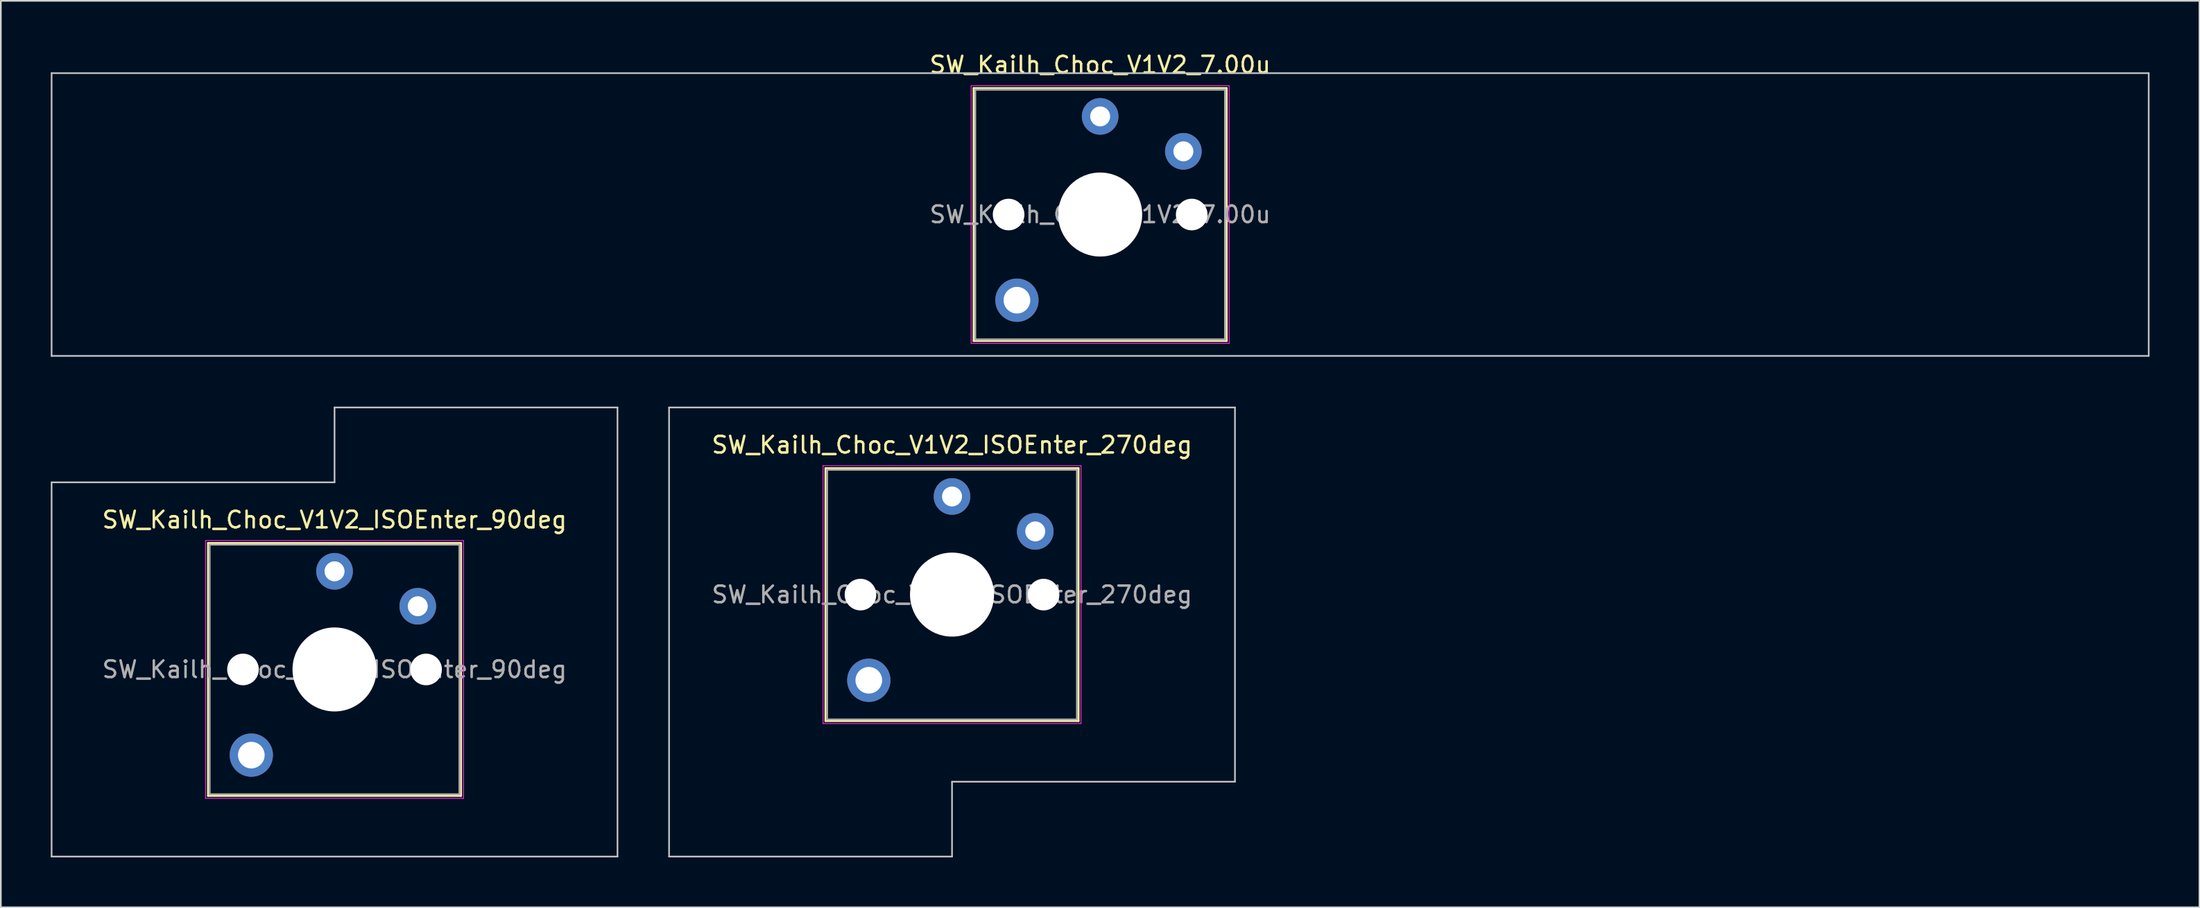
<source format=kicad_pcb>
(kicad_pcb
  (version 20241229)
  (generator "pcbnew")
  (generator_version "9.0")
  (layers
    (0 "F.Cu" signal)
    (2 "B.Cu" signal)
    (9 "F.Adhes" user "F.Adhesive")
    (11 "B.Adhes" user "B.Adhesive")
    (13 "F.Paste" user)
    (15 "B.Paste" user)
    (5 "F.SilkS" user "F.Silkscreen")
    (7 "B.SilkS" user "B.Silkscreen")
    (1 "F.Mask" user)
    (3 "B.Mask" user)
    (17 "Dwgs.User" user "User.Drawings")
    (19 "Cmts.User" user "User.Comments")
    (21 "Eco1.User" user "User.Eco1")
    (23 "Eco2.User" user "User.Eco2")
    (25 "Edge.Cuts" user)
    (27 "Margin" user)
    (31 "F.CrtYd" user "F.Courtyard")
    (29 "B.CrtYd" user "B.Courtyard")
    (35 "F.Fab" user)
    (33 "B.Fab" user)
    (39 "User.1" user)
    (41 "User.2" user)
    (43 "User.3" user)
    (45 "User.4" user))
  (footprint "SW_Kailh_Choc_V1V2_ISOEnter_90deg"
    (layer "F.Cu")
    (at 17.05 37.198)
    (property "Reference" "SW_Kailh_Choc_V1V2_ISOEnter_90deg" (at 0 -9 0) (layer "F.SilkS") (effects (font (size 1 1) (thickness 0.15))))
    (attr through_hole)
    (fp_line (start -7.6 -7.6) (end -7.6 7.6) (stroke (width 0.12) (type solid)) (layer "F.SilkS"))
    (fp_line (start -7.6 7.6) (end 7.6 7.6) (stroke (width 0.12) (type solid)) (layer "F.SilkS"))
    (fp_line (start 7.6 -7.6) (end -7.6 -7.6) (stroke (width 0.12) (type solid)) (layer "F.SilkS"))
    (fp_line (start 7.6 7.6) (end 7.6 -7.6) (stroke (width 0.12) (type solid)) (layer "F.SilkS"))
    (fp_line (start -17 -11.25) (end -17 11.25) (stroke (width 0.1) (type solid)) (layer "Dwgs.User"))
    (fp_line (start -17 11.25) (end 17 11.25) (stroke (width 0.1) (type solid)) (layer "Dwgs.User"))
    (fp_line (start 0 -15.75) (end 0 -11.25) (stroke (width 0.1) (type solid)) (layer "Dwgs.User"))
    (fp_line (start 0 -11.25) (end -17 -11.25) (stroke (width 0.1) (type solid)) (layer "Dwgs.User"))
    (fp_line (start 17 -15.75) (end 0 -15.75) (stroke (width 0.1) (type solid)) (layer "Dwgs.User"))
    (fp_line (start 17 11.25) (end 17 -15.75) (stroke (width 0.1) (type solid)) (layer "Dwgs.User"))
    (fp_line (start -7.25 -7.25) (end -7.25 7.25) (stroke (width 0.1) (type solid)) (layer "Eco1.User"))
    (fp_line (start -7.25 7.25) (end 7.25 7.25) (stroke (width 0.1) (type solid)) (layer "Eco1.User"))
    (fp_line (start 7.25 -7.25) (end -7.25 -7.25) (stroke (width 0.1) (type solid)) (layer "Eco1.User"))
    (fp_line (start 7.25 7.25) (end 7.25 -7.25) (stroke (width 0.1) (type solid)) (layer "Eco1.User"))
    (fp_line (start -7.75 -7.75) (end -7.75 7.75) (stroke (width 0.05) (type solid)) (layer "F.CrtYd"))
    (fp_line (start -7.75 7.75) (end 7.75 7.75) (stroke (width 0.05) (type solid)) (layer "F.CrtYd"))
    (fp_line (start 7.75 -7.75) (end -7.75 -7.75) (stroke (width 0.05) (type solid)) (layer "F.CrtYd"))
    (fp_line (start 7.75 7.75) (end 7.75 -7.75) (stroke (width 0.05) (type solid)) (layer "F.CrtYd"))
    (fp_line (start -7.5 -7.5) (end -7.5 7.5) (stroke (width 0.1) (type solid)) (layer "F.Fab"))
    (fp_line (start -7.5 7.5) (end 7.5 7.5) (stroke (width 0.1) (type solid)) (layer "F.Fab"))
    (fp_line (start 7.5 -7.5) (end -7.5 -7.5) (stroke (width 0.1) (type solid)) (layer "F.Fab"))
    (fp_line (start 7.5 7.5) (end 7.5 -7.5) (stroke (width 0.1) (type solid)) (layer "F.Fab"))
    (fp_text user "${REFERENCE}" (at 0 0 0) (layer "F.Fab") (effects (font (size 1 1) (thickness 0.15))))
    (pad "" np_thru_hole circle (at -5.5 0) (size 1.9 1.9) (drill 1.9) (layers "*.Cu" "*.Mask"))
    (pad "" thru_hole circle (at -5 5.15) (size 2.6 2.6) (drill 1.6) (layers "*.Cu" "*.Mask"))
    (pad "" np_thru_hole circle (at 0 0) (size 5.05 5.05) (drill 5.05) (layers "*.Cu" "*.Mask"))
    (pad "" np_thru_hole circle (at 5.5 0) (size 1.9 1.9) (drill 1.9) (layers "*.Cu" "*.Mask"))
    (pad "1" thru_hole circle (at 0 -5.9) (size 2.2 2.2) (drill 1.2) (layers "*.Cu" "*.Mask"))
    (pad "2" thru_hole circle (at 5 -3.8) (size 2.2 2.2) (drill 1.2) (layers "*.Cu" "*.Mask")))
  (footprint "SW_Kailh_Choc_V1V2_7.00u"
    (layer "F.Cu")
    (at 63.05 9.848)
    (property "Reference" "SW_Kailh_Choc_V1V2_7.00u" (at 0 -9 0) (layer "F.SilkS") (effects (font (size 1 1) (thickness 0.15))))
    (attr through_hole)
    (fp_line (start -7.6 -7.6) (end -7.6 7.6) (stroke (width 0.12) (type solid)) (layer "F.SilkS"))
    (fp_line (start -7.6 7.6) (end 7.6 7.6) (stroke (width 0.12) (type solid)) (layer "F.SilkS"))
    (fp_line (start 7.6 -7.6) (end -7.6 -7.6) (stroke (width 0.12) (type solid)) (layer "F.SilkS"))
    (fp_line (start 7.6 7.6) (end 7.6 -7.6) (stroke (width 0.12) (type solid)) (layer "F.SilkS"))
    (fp_line (start -63 -8.5) (end -63 8.5) (stroke (width 0.1) (type solid)) (layer "Dwgs.User"))
    (fp_line (start -63 8.5) (end 63 8.5) (stroke (width 0.1) (type solid)) (layer "Dwgs.User"))
    (fp_line (start 63 -8.5) (end -63 -8.5) (stroke (width 0.1) (type solid)) (layer "Dwgs.User"))
    (fp_line (start 63 8.5) (end 63 -8.5) (stroke (width 0.1) (type solid)) (layer "Dwgs.User"))
    (fp_line (start -7.25 -7.25) (end -7.25 7.25) (stroke (width 0.1) (type solid)) (layer "Eco1.User"))
    (fp_line (start -7.25 7.25) (end 7.25 7.25) (stroke (width 0.1) (type solid)) (layer "Eco1.User"))
    (fp_line (start 7.25 -7.25) (end -7.25 -7.25) (stroke (width 0.1) (type solid)) (layer "Eco1.User"))
    (fp_line (start 7.25 7.25) (end 7.25 -7.25) (stroke (width 0.1) (type solid)) (layer "Eco1.User"))
    (fp_line (start -7.75 -7.75) (end -7.75 7.75) (stroke (width 0.05) (type solid)) (layer "F.CrtYd"))
    (fp_line (start -7.75 7.75) (end 7.75 7.75) (stroke (width 0.05) (type solid)) (layer "F.CrtYd"))
    (fp_line (start 7.75 -7.75) (end -7.75 -7.75) (stroke (width 0.05) (type solid)) (layer "F.CrtYd"))
    (fp_line (start 7.75 7.75) (end 7.75 -7.75) (stroke (width 0.05) (type solid)) (layer "F.CrtYd"))
    (fp_line (start -7.5 -7.5) (end -7.5 7.5) (stroke (width 0.1) (type solid)) (layer "F.Fab"))
    (fp_line (start -7.5 7.5) (end 7.5 7.5) (stroke (width 0.1) (type solid)) (layer "F.Fab"))
    (fp_line (start 7.5 -7.5) (end -7.5 -7.5) (stroke (width 0.1) (type solid)) (layer "F.Fab"))
    (fp_line (start 7.5 7.5) (end 7.5 -7.5) (stroke (width 0.1) (type solid)) (layer "F.Fab"))
    (fp_text user "${REFERENCE}" (at 0 0 0) (layer "F.Fab") (effects (font (size 1 1) (thickness 0.15))))
    (pad "" np_thru_hole circle (at -5.5 0) (size 1.9 1.9) (drill 1.9) (layers "*.Cu" "*.Mask"))
    (pad "" thru_hole circle (at -5 5.15) (size 2.6 2.6) (drill 1.6) (layers "*.Cu" "*.Mask"))
    (pad "" np_thru_hole circle (at 0 0) (size 5.05 5.05) (drill 5.05) (layers "*.Cu" "*.Mask"))
    (pad "" np_thru_hole circle (at 5.5 0) (size 1.9 1.9) (drill 1.9) (layers "*.Cu" "*.Mask"))
    (pad "1" thru_hole circle (at 0 -5.9) (size 2.2 2.2) (drill 1.2) (layers "*.Cu" "*.Mask"))
    (pad "2" thru_hole circle (at 5 -3.8) (size 2.2 2.2) (drill 1.2) (layers "*.Cu" "*.Mask")))
  (footprint "SW_Kailh_Choc_V1V2_ISOEnter_270deg"
    (layer "F.Cu")
    (at 54.15 32.698)
    (property "Reference" "SW_Kailh_Choc_V1V2_ISOEnter_270deg" (at 0 -9 0) (layer "F.SilkS") (effects (font (size 1 1) (thickness 0.15))))
    (attr through_hole)
    (fp_line (start -7.6 -7.6) (end -7.6 7.6) (stroke (width 0.12) (type solid)) (layer "F.SilkS"))
    (fp_line (start -7.6 7.6) (end 7.6 7.6) (stroke (width 0.12) (type solid)) (layer "F.SilkS"))
    (fp_line (start 7.6 -7.6) (end -7.6 -7.6) (stroke (width 0.12) (type solid)) (layer "F.SilkS"))
    (fp_line (start 7.6 7.6) (end 7.6 -7.6) (stroke (width 0.12) (type solid)) (layer "F.SilkS"))
    (fp_line (start -17 -11.25) (end -17 15.75) (stroke (width 0.1) (type solid)) (layer "Dwgs.User"))
    (fp_line (start -17 15.75) (end 0 15.75) (stroke (width 0.1) (type solid)) (layer "Dwgs.User"))
    (fp_line (start 0 11.25) (end 17 11.25) (stroke (width 0.1) (type solid)) (layer "Dwgs.User"))
    (fp_line (start 0 15.75) (end 0 11.25) (stroke (width 0.1) (type solid)) (layer "Dwgs.User"))
    (fp_line (start 17 -11.25) (end -17 -11.25) (stroke (width 0.1) (type solid)) (layer "Dwgs.User"))
    (fp_line (start 17 11.25) (end 17 -11.25) (stroke (width 0.1) (type solid)) (layer "Dwgs.User"))
    (fp_line (start -7.25 -7.25) (end -7.25 7.25) (stroke (width 0.1) (type solid)) (layer "Eco1.User"))
    (fp_line (start -7.25 7.25) (end 7.25 7.25) (stroke (width 0.1) (type solid)) (layer "Eco1.User"))
    (fp_line (start 7.25 -7.25) (end -7.25 -7.25) (stroke (width 0.1) (type solid)) (layer "Eco1.User"))
    (fp_line (start 7.25 7.25) (end 7.25 -7.25) (stroke (width 0.1) (type solid)) (layer "Eco1.User"))
    (fp_line (start -7.75 -7.75) (end -7.75 7.75) (stroke (width 0.05) (type solid)) (layer "F.CrtYd"))
    (fp_line (start -7.75 7.75) (end 7.75 7.75) (stroke (width 0.05) (type solid)) (layer "F.CrtYd"))
    (fp_line (start 7.75 -7.75) (end -7.75 -7.75) (stroke (width 0.05) (type solid)) (layer "F.CrtYd"))
    (fp_line (start 7.75 7.75) (end 7.75 -7.75) (stroke (width 0.05) (type solid)) (layer "F.CrtYd"))
    (fp_line (start -7.5 -7.5) (end -7.5 7.5) (stroke (width 0.1) (type solid)) (layer "F.Fab"))
    (fp_line (start -7.5 7.5) (end 7.5 7.5) (stroke (width 0.1) (type solid)) (layer "F.Fab"))
    (fp_line (start 7.5 -7.5) (end -7.5 -7.5) (stroke (width 0.1) (type solid)) (layer "F.Fab"))
    (fp_line (start 7.5 7.5) (end 7.5 -7.5) (stroke (width 0.1) (type solid)) (layer "F.Fab"))
    (fp_text user "${REFERENCE}" (at 0 0 0) (layer "F.Fab") (effects (font (size 1 1) (thickness 0.15))))
    (pad "" np_thru_hole circle (at -5.5 0) (size 1.9 1.9) (drill 1.9) (layers "*.Cu" "*.Mask"))
    (pad "" thru_hole circle (at -5 5.15) (size 2.6 2.6) (drill 1.6) (layers "*.Cu" "*.Mask"))
    (pad "" np_thru_hole circle (at 0 0) (size 5.05 5.05) (drill 5.05) (layers "*.Cu" "*.Mask"))
    (pad "" np_thru_hole circle (at 5.5 0) (size 1.9 1.9) (drill 1.9) (layers "*.Cu" "*.Mask"))
    (pad "1" thru_hole circle (at 0 -5.9) (size 2.2 2.2) (drill 1.2) (layers "*.Cu" "*.Mask"))
    (pad "2" thru_hole circle (at 5 -3.8) (size 2.2 2.2) (drill 1.2) (layers "*.Cu" "*.Mask")))
  (gr_rect
    (start -3 -3)
    (end 129.1 51.498)
    (stroke (width 0.1) (type default))
    (fill no)
    (layer "Edge.Cuts")))
</source>
